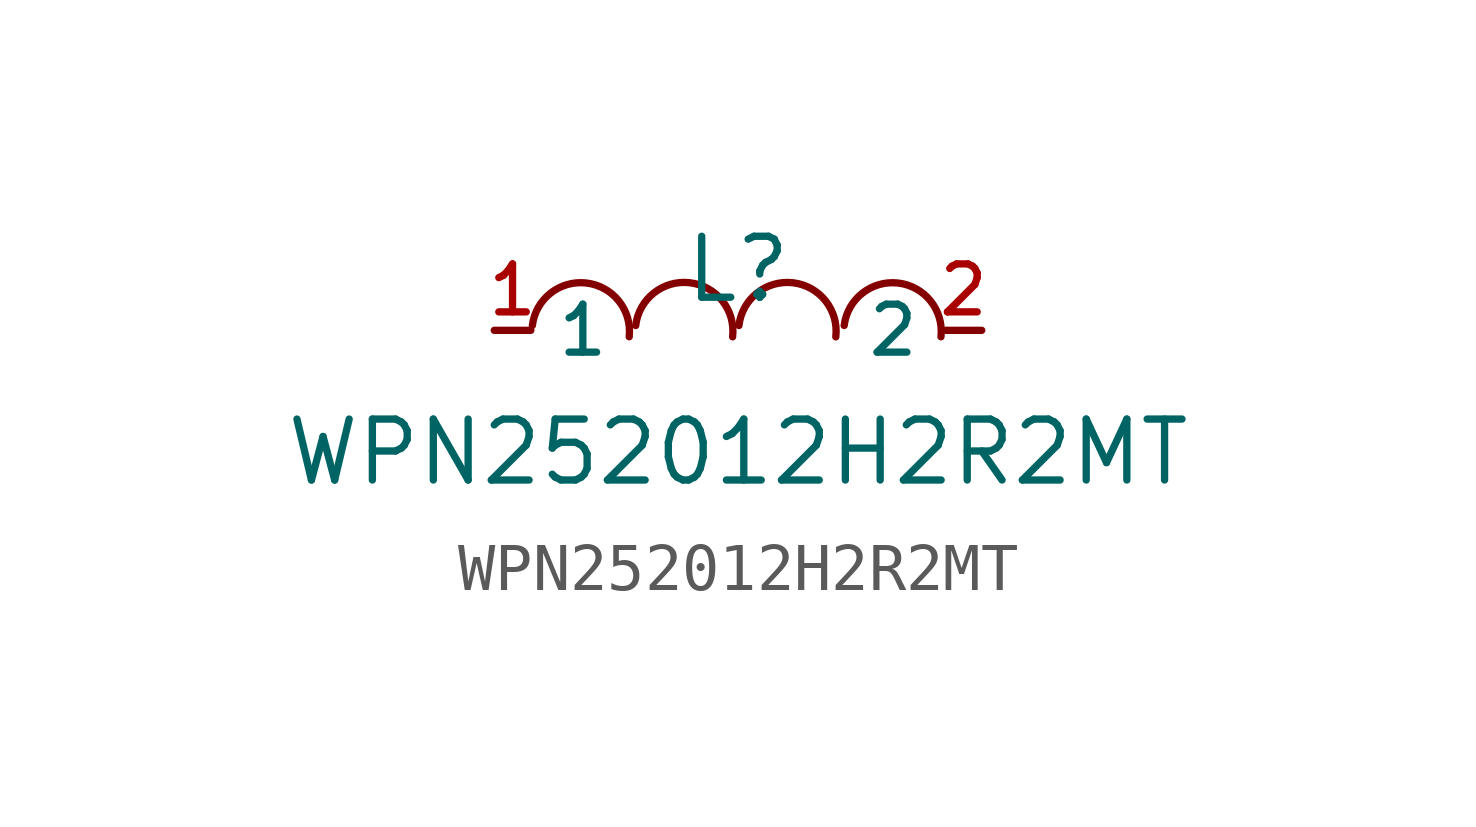
<source format=kicad_sym>
(kicad_symbol_lib
  (version 20210201)
  (generator TousstNicolas/JLC2KiCad_lib)
  (symbol "WPN252012H2R2MT"
    (property "Reference" "L"
      (at 0 1.27 0)
      (effects (font (size 1.27 1.27))))
    (property "Value" "WPN252012H2R2MT"
      (at 0 -2.54 0)
      (effects (font (size 1.27 1.27))))
    (symbol "WPN252012H2R2MT_0_1"
      (pin unspecified line (at 5.08 -0.0 180) (length 0.762) (name "2" (effects (font (size 1 1)))) (number "2" (effects (font (size 1 1)))))
      (pin unspecified line (at -5.08 -0.0 0) (length 0.762) (name "1" (effects (font (size 1 1)))) (number "1" (effects (font (size 1 1)))))
      (arc (start -2.2674329295749627 -0.1341053884638828) (mid -3.159011207982224 0.9926636483439573) (end -4.285780231504512 0.10108535314652943) (stroke (width 0) (type default) (color 0 0 0 0)) (fill (type none)))
      (arc (start -0.11354180781656804 -0.13565983668102555) (mid -1.0048024524285457 0.9913604595340889) (end -2.131822737142134 0.10009980037815772) (stroke (width 0) (type default) (color 0 0 0 0)) (fill (type none)))
      (arc (start 2.0378424949520375 -0.13565983668102555) (mid 1.1465818503400598 0.9913604595340889) (end 0.019561565626471496 0.10009980037815772) (stroke (width 0) (type default) (color 0 0 0 0)) (fill (type none)))
      (arc (start 4.231170015864318 -0.13410572965492382) (mid 3.3395921275494644 0.9926636202288113) (end 2.2128227952408546 0.10108570970264838) (stroke (width 0) (type default) (color 0 0 0 0)) (fill (type none))))))
</source>
